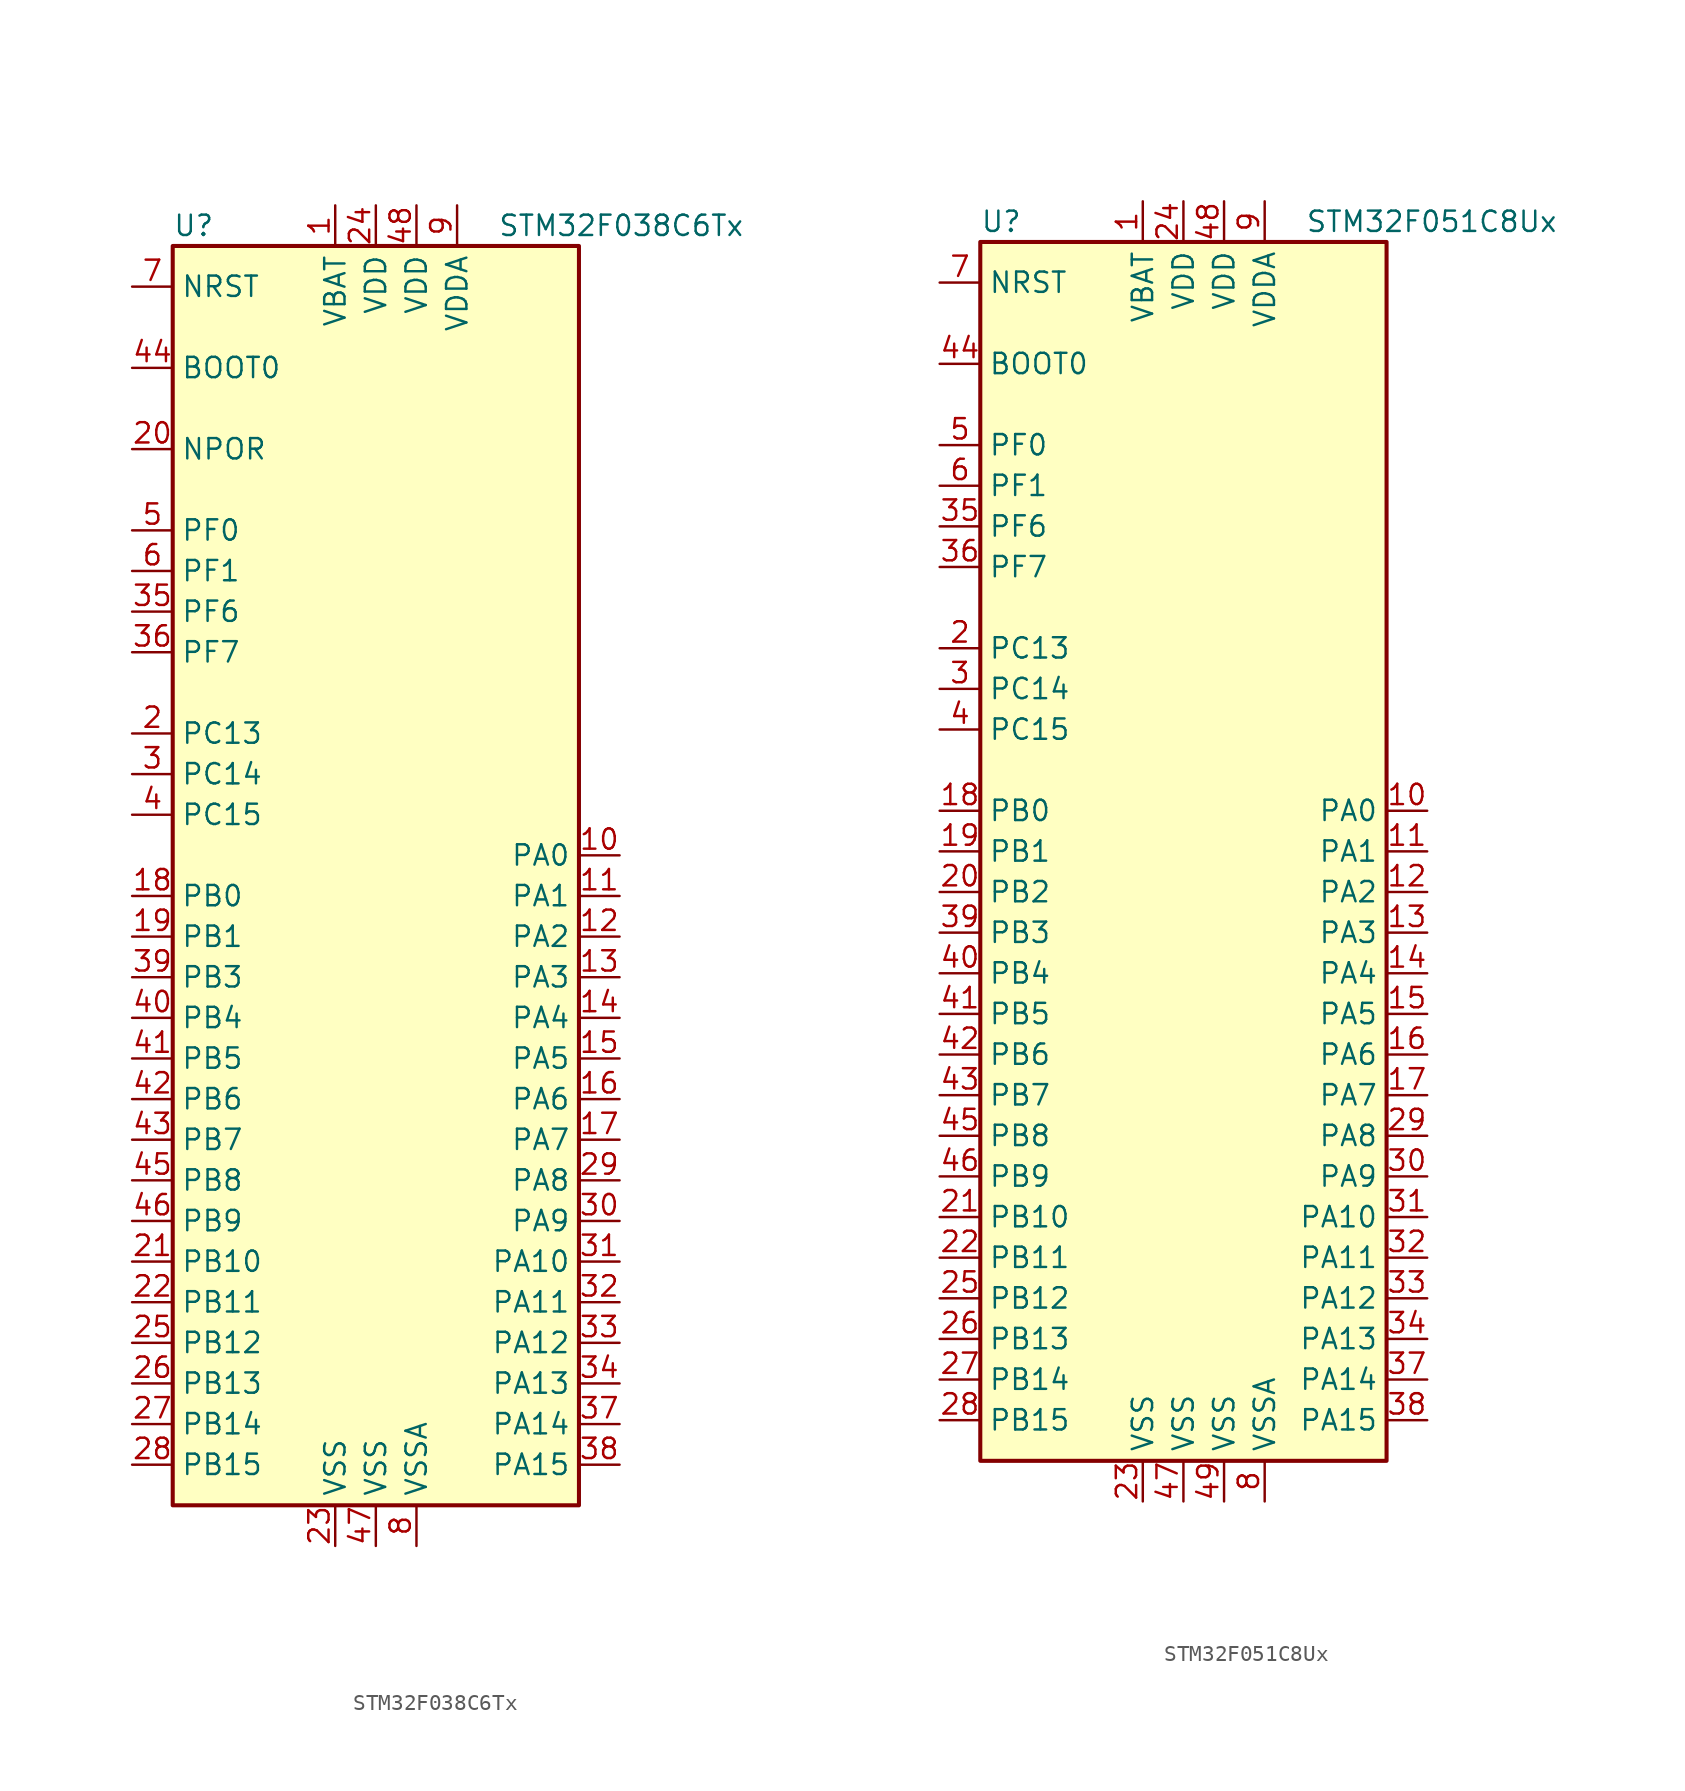
<source format=kicad_sym>
(kicad_symbol_lib
  (version 20201005)
  (generator kicad_symbol_editor)
  (symbol "STM32F038C6Tx"
    (property "Reference" "U"
      (at -12.7 39.37 0)
      (effects (font (size 1.27 1.27)) (justify left)))
    (property "Value" "STM32F038C6Tx"
      (at 7.62 39.37 0)
      (effects (font (size 1.27 1.27)) (justify left)))
    (symbol "STM32F038C6Tx_0_1"
      (rectangle (start -12.7 -40.64) (end 12.7 38.1) (stroke (width 0.254)) (fill (type background))))
    (symbol "STM32F038C6Tx_1_1"
      (pin input line (at -15.24 30.48 0) (length 2.54) (name "BOOT0" (effects (font (size 1.27 1.27)))) (number "44" (effects (font (size 1.27 1.27)))))
      (pin power_in line (at -15.24 25.4 0) (length 2.54) (name "NPOR" (effects (font (size 1.27 1.27)))) (number "20" (effects (font (size 1.27 1.27)))))
      (pin input line (at -15.24 35.56 0) (length 2.54) (name "NRST" (effects (font (size 1.27 1.27)))) (number "7" (effects (font (size 1.27 1.27)))))
      (pin bidirectional line (at 15.24 0 180) (length 2.54) (name "PA0" (effects (font (size 1.27 1.27)))) (number "10" (effects (font (size 1.27 1.27)))))
      (pin bidirectional line (at 15.24 -2.54 180) (length 2.54) (name "PA1" (effects (font (size 1.27 1.27)))) (number "11" (effects (font (size 1.27 1.27)))))
      (pin bidirectional line (at 15.24 -25.4 180) (length 2.54) (name "PA10" (effects (font (size 1.27 1.27)))) (number "31" (effects (font (size 1.27 1.27)))))
      (pin bidirectional line (at 15.24 -27.94 180) (length 2.54) (name "PA11" (effects (font (size 1.27 1.27)))) (number "32" (effects (font (size 1.27 1.27)))))
      (pin bidirectional line (at 15.24 -30.48 180) (length 2.54) (name "PA12" (effects (font (size 1.27 1.27)))) (number "33" (effects (font (size 1.27 1.27)))))
      (pin bidirectional line (at 15.24 -33.02 180) (length 2.54) (name "PA13" (effects (font (size 1.27 1.27)))) (number "34" (effects (font (size 1.27 1.27)))))
      (pin bidirectional line (at 15.24 -35.56 180) (length 2.54) (name "PA14" (effects (font (size 1.27 1.27)))) (number "37" (effects (font (size 1.27 1.27)))))
      (pin bidirectional line (at 15.24 -38.1 180) (length 2.54) (name "PA15" (effects (font (size 1.27 1.27)))) (number "38" (effects (font (size 1.27 1.27)))))
      (pin bidirectional line (at 15.24 -5.08 180) (length 2.54) (name "PA2" (effects (font (size 1.27 1.27)))) (number "12" (effects (font (size 1.27 1.27)))))
      (pin bidirectional line (at 15.24 -7.62 180) (length 2.54) (name "PA3" (effects (font (size 1.27 1.27)))) (number "13" (effects (font (size 1.27 1.27)))))
      (pin bidirectional line (at 15.24 -10.16 180) (length 2.54) (name "PA4" (effects (font (size 1.27 1.27)))) (number "14" (effects (font (size 1.27 1.27)))))
      (pin bidirectional line (at 15.24 -12.7 180) (length 2.54) (name "PA5" (effects (font (size 1.27 1.27)))) (number "15" (effects (font (size 1.27 1.27)))))
      (pin bidirectional line (at 15.24 -15.24 180) (length 2.54) (name "PA6" (effects (font (size 1.27 1.27)))) (number "16" (effects (font (size 1.27 1.27)))))
      (pin bidirectional line (at 15.24 -17.78 180) (length 2.54) (name "PA7" (effects (font (size 1.27 1.27)))) (number "17" (effects (font (size 1.27 1.27)))))
      (pin bidirectional line (at 15.24 -20.32 180) (length 2.54) (name "PA8" (effects (font (size 1.27 1.27)))) (number "29" (effects (font (size 1.27 1.27)))))
      (pin bidirectional line (at 15.24 -22.86 180) (length 2.54) (name "PA9" (effects (font (size 1.27 1.27)))) (number "30" (effects (font (size 1.27 1.27)))))
      (pin bidirectional line (at -15.24 -2.54 0) (length 2.54) (name "PB0" (effects (font (size 1.27 1.27)))) (number "18" (effects (font (size 1.27 1.27)))))
      (pin bidirectional line (at -15.24 -5.08 0) (length 2.54) (name "PB1" (effects (font (size 1.27 1.27)))) (number "19" (effects (font (size 1.27 1.27)))))
      (pin bidirectional line (at -15.24 -25.4 0) (length 2.54) (name "PB10" (effects (font (size 1.27 1.27)))) (number "21" (effects (font (size 1.27 1.27)))))
      (pin bidirectional line (at -15.24 -27.94 0) (length 2.54) (name "PB11" (effects (font (size 1.27 1.27)))) (number "22" (effects (font (size 1.27 1.27)))))
      (pin bidirectional line (at -15.24 -30.48 0) (length 2.54) (name "PB12" (effects (font (size 1.27 1.27)))) (number "25" (effects (font (size 1.27 1.27)))))
      (pin bidirectional line (at -15.24 -33.02 0) (length 2.54) (name "PB13" (effects (font (size 1.27 1.27)))) (number "26" (effects (font (size 1.27 1.27)))))
      (pin bidirectional line (at -15.24 -35.56 0) (length 2.54) (name "PB14" (effects (font (size 1.27 1.27)))) (number "27" (effects (font (size 1.27 1.27)))))
      (pin bidirectional line (at -15.24 -38.1 0) (length 2.54) (name "PB15" (effects (font (size 1.27 1.27)))) (number "28" (effects (font (size 1.27 1.27)))))
      (pin bidirectional line (at -15.24 -7.62 0) (length 2.54) (name "PB3" (effects (font (size 1.27 1.27)))) (number "39" (effects (font (size 1.27 1.27)))))
      (pin bidirectional line (at -15.24 -10.16 0) (length 2.54) (name "PB4" (effects (font (size 1.27 1.27)))) (number "40" (effects (font (size 1.27 1.27)))))
      (pin bidirectional line (at -15.24 -12.7 0) (length 2.54) (name "PB5" (effects (font (size 1.27 1.27)))) (number "41" (effects (font (size 1.27 1.27)))))
      (pin bidirectional line (at -15.24 -15.24 0) (length 2.54) (name "PB6" (effects (font (size 1.27 1.27)))) (number "42" (effects (font (size 1.27 1.27)))))
      (pin bidirectional line (at -15.24 -17.78 0) (length 2.54) (name "PB7" (effects (font (size 1.27 1.27)))) (number "43" (effects (font (size 1.27 1.27)))))
      (pin bidirectional line (at -15.24 -20.32 0) (length 2.54) (name "PB8" (effects (font (size 1.27 1.27)))) (number "45" (effects (font (size 1.27 1.27)))))
      (pin bidirectional line (at -15.24 -22.86 0) (length 2.54) (name "PB9" (effects (font (size 1.27 1.27)))) (number "46" (effects (font (size 1.27 1.27)))))
      (pin bidirectional line (at -15.24 7.62 0) (length 2.54) (name "PC13" (effects (font (size 1.27 1.27)))) (number "2" (effects (font (size 1.27 1.27)))))
      (pin bidirectional line (at -15.24 5.08 0) (length 2.54) (name "PC14" (effects (font (size 1.27 1.27)))) (number "3" (effects (font (size 1.27 1.27)))))
      (pin bidirectional line (at -15.24 2.54 0) (length 2.54) (name "PC15" (effects (font (size 1.27 1.27)))) (number "4" (effects (font (size 1.27 1.27)))))
      (pin input line (at -15.24 20.32 0) (length 2.54) (name "PF0" (effects (font (size 1.27 1.27)))) (number "5" (effects (font (size 1.27 1.27)))))
      (pin input line (at -15.24 17.78 0) (length 2.54) (name "PF1" (effects (font (size 1.27 1.27)))) (number "6" (effects (font (size 1.27 1.27)))))
      (pin bidirectional line (at -15.24 15.24 0) (length 2.54) (name "PF6" (effects (font (size 1.27 1.27)))) (number "35" (effects (font (size 1.27 1.27)))))
      (pin bidirectional line (at -15.24 12.7 0) (length 2.54) (name "PF7" (effects (font (size 1.27 1.27)))) (number "36" (effects (font (size 1.27 1.27)))))
      (pin power_in line (at -2.54 40.64 270) (length 2.54) (name "VBAT" (effects (font (size 1.27 1.27)))) (number "1" (effects (font (size 1.27 1.27)))))
      (pin power_in line (at 0 40.64 270) (length 2.54) (name "VDD" (effects (font (size 1.27 1.27)))) (number "24" (effects (font (size 1.27 1.27)))))
      (pin power_in line (at 2.54 40.64 270) (length 2.54) (name "VDD" (effects (font (size 1.27 1.27)))) (number "48" (effects (font (size 1.27 1.27)))))
      (pin power_in line (at 5.08 40.64 270) (length 2.54) (name "VDDA" (effects (font (size 1.27 1.27)))) (number "9" (effects (font (size 1.27 1.27)))))
      (pin power_in line (at -2.54 -43.18 90) (length 2.54) (name "VSS" (effects (font (size 1.27 1.27)))) (number "23" (effects (font (size 1.27 1.27)))))
      (pin power_in line (at 0 -43.18 90) (length 2.54) (name "VSS" (effects (font (size 1.27 1.27)))) (number "47" (effects (font (size 1.27 1.27)))))
      (pin power_in line (at 2.54 -43.18 90) (length 2.54) (name "VSSA" (effects (font (size 1.27 1.27)))) (number "8" (effects (font (size 1.27 1.27)))))))
  (symbol "STM32F051C8Ux"
    (property "Reference" "U"
      (at -12.7 39.37 0)
      (effects (font (size 1.27 1.27)) (justify left)))
    (property "Value" "STM32F051C8Ux"
      (at 7.62 39.37 0)
      (effects (font (size 1.27 1.27)) (justify left)))
    (symbol "STM32F051C8Ux_0_1"
      (rectangle (start -12.7 -38.1) (end 12.7 38.1) (stroke (width 0.254)) (fill (type background))))
    (symbol "STM32F051C8Ux_1_1"
      (pin input line (at -15.24 30.48 0) (length 2.54) (name "BOOT0" (effects (font (size 1.27 1.27)))) (number "44" (effects (font (size 1.27 1.27)))))
      (pin input line (at -15.24 35.56 0) (length 2.54) (name "NRST" (effects (font (size 1.27 1.27)))) (number "7" (effects (font (size 1.27 1.27)))))
      (pin bidirectional line (at 15.24 2.54 180) (length 2.54) (name "PA0" (effects (font (size 1.27 1.27)))) (number "10" (effects (font (size 1.27 1.27)))))
      (pin bidirectional line (at 15.24 0 180) (length 2.54) (name "PA1" (effects (font (size 1.27 1.27)))) (number "11" (effects (font (size 1.27 1.27)))))
      (pin bidirectional line (at 15.24 -22.86 180) (length 2.54) (name "PA10" (effects (font (size 1.27 1.27)))) (number "31" (effects (font (size 1.27 1.27)))))
      (pin bidirectional line (at 15.24 -25.4 180) (length 2.54) (name "PA11" (effects (font (size 1.27 1.27)))) (number "32" (effects (font (size 1.27 1.27)))))
      (pin bidirectional line (at 15.24 -27.94 180) (length 2.54) (name "PA12" (effects (font (size 1.27 1.27)))) (number "33" (effects (font (size 1.27 1.27)))))
      (pin bidirectional line (at 15.24 -30.48 180) (length 2.54) (name "PA13" (effects (font (size 1.27 1.27)))) (number "34" (effects (font (size 1.27 1.27)))))
      (pin bidirectional line (at 15.24 -33.02 180) (length 2.54) (name "PA14" (effects (font (size 1.27 1.27)))) (number "37" (effects (font (size 1.27 1.27)))))
      (pin bidirectional line (at 15.24 -35.56 180) (length 2.54) (name "PA15" (effects (font (size 1.27 1.27)))) (number "38" (effects (font (size 1.27 1.27)))))
      (pin bidirectional line (at 15.24 -2.54 180) (length 2.54) (name "PA2" (effects (font (size 1.27 1.27)))) (number "12" (effects (font (size 1.27 1.27)))))
      (pin bidirectional line (at 15.24 -5.08 180) (length 2.54) (name "PA3" (effects (font (size 1.27 1.27)))) (number "13" (effects (font (size 1.27 1.27)))))
      (pin bidirectional line (at 15.24 -7.62 180) (length 2.54) (name "PA4" (effects (font (size 1.27 1.27)))) (number "14" (effects (font (size 1.27 1.27)))))
      (pin bidirectional line (at 15.24 -10.16 180) (length 2.54) (name "PA5" (effects (font (size 1.27 1.27)))) (number "15" (effects (font (size 1.27 1.27)))))
      (pin bidirectional line (at 15.24 -12.7 180) (length 2.54) (name "PA6" (effects (font (size 1.27 1.27)))) (number "16" (effects (font (size 1.27 1.27)))))
      (pin bidirectional line (at 15.24 -15.24 180) (length 2.54) (name "PA7" (effects (font (size 1.27 1.27)))) (number "17" (effects (font (size 1.27 1.27)))))
      (pin bidirectional line (at 15.24 -17.78 180) (length 2.54) (name "PA8" (effects (font (size 1.27 1.27)))) (number "29" (effects (font (size 1.27 1.27)))))
      (pin bidirectional line (at 15.24 -20.32 180) (length 2.54) (name "PA9" (effects (font (size 1.27 1.27)))) (number "30" (effects (font (size 1.27 1.27)))))
      (pin bidirectional line (at -15.24 2.54 0) (length 2.54) (name "PB0" (effects (font (size 1.27 1.27)))) (number "18" (effects (font (size 1.27 1.27)))))
      (pin bidirectional line (at -15.24 0 0) (length 2.54) (name "PB1" (effects (font (size 1.27 1.27)))) (number "19" (effects (font (size 1.27 1.27)))))
      (pin bidirectional line (at -15.24 -22.86 0) (length 2.54) (name "PB10" (effects (font (size 1.27 1.27)))) (number "21" (effects (font (size 1.27 1.27)))))
      (pin bidirectional line (at -15.24 -25.4 0) (length 2.54) (name "PB11" (effects (font (size 1.27 1.27)))) (number "22" (effects (font (size 1.27 1.27)))))
      (pin bidirectional line (at -15.24 -27.94 0) (length 2.54) (name "PB12" (effects (font (size 1.27 1.27)))) (number "25" (effects (font (size 1.27 1.27)))))
      (pin bidirectional line (at -15.24 -30.48 0) (length 2.54) (name "PB13" (effects (font (size 1.27 1.27)))) (number "26" (effects (font (size 1.27 1.27)))))
      (pin bidirectional line (at -15.24 -33.02 0) (length 2.54) (name "PB14" (effects (font (size 1.27 1.27)))) (number "27" (effects (font (size 1.27 1.27)))))
      (pin bidirectional line (at -15.24 -35.56 0) (length 2.54) (name "PB15" (effects (font (size 1.27 1.27)))) (number "28" (effects (font (size 1.27 1.27)))))
      (pin bidirectional line (at -15.24 -2.54 0) (length 2.54) (name "PB2" (effects (font (size 1.27 1.27)))) (number "20" (effects (font (size 1.27 1.27)))))
      (pin bidirectional line (at -15.24 -5.08 0) (length 2.54) (name "PB3" (effects (font (size 1.27 1.27)))) (number "39" (effects (font (size 1.27 1.27)))))
      (pin bidirectional line (at -15.24 -7.62 0) (length 2.54) (name "PB4" (effects (font (size 1.27 1.27)))) (number "40" (effects (font (size 1.27 1.27)))))
      (pin bidirectional line (at -15.24 -10.16 0) (length 2.54) (name "PB5" (effects (font (size 1.27 1.27)))) (number "41" (effects (font (size 1.27 1.27)))))
      (pin bidirectional line (at -15.24 -12.7 0) (length 2.54) (name "PB6" (effects (font (size 1.27 1.27)))) (number "42" (effects (font (size 1.27 1.27)))))
      (pin bidirectional line (at -15.24 -15.24 0) (length 2.54) (name "PB7" (effects (font (size 1.27 1.27)))) (number "43" (effects (font (size 1.27 1.27)))))
      (pin bidirectional line (at -15.24 -17.78 0) (length 2.54) (name "PB8" (effects (font (size 1.27 1.27)))) (number "45" (effects (font (size 1.27 1.27)))))
      (pin bidirectional line (at -15.24 -20.32 0) (length 2.54) (name "PB9" (effects (font (size 1.27 1.27)))) (number "46" (effects (font (size 1.27 1.27)))))
      (pin bidirectional line (at -15.24 12.7 0) (length 2.54) (name "PC13" (effects (font (size 1.27 1.27)))) (number "2" (effects (font (size 1.27 1.27)))))
      (pin bidirectional line (at -15.24 10.16 0) (length 2.54) (name "PC14" (effects (font (size 1.27 1.27)))) (number "3" (effects (font (size 1.27 1.27)))))
      (pin bidirectional line (at -15.24 7.62 0) (length 2.54) (name "PC15" (effects (font (size 1.27 1.27)))) (number "4" (effects (font (size 1.27 1.27)))))
      (pin input line (at -15.24 25.4 0) (length 2.54) (name "PF0" (effects (font (size 1.27 1.27)))) (number "5" (effects (font (size 1.27 1.27)))))
      (pin input line (at -15.24 22.86 0) (length 2.54) (name "PF1" (effects (font (size 1.27 1.27)))) (number "6" (effects (font (size 1.27 1.27)))))
      (pin bidirectional line (at -15.24 20.32 0) (length 2.54) (name "PF6" (effects (font (size 1.27 1.27)))) (number "35" (effects (font (size 1.27 1.27)))))
      (pin bidirectional line (at -15.24 17.78 0) (length 2.54) (name "PF7" (effects (font (size 1.27 1.27)))) (number "36" (effects (font (size 1.27 1.27)))))
      (pin power_in line (at -2.54 40.64 270) (length 2.54) (name "VBAT" (effects (font (size 1.27 1.27)))) (number "1" (effects (font (size 1.27 1.27)))))
      (pin power_in line (at 0 40.64 270) (length 2.54) (name "VDD" (effects (font (size 1.27 1.27)))) (number "24" (effects (font (size 1.27 1.27)))))
      (pin power_in line (at 2.54 40.64 270) (length 2.54) (name "VDD" (effects (font (size 1.27 1.27)))) (number "48" (effects (font (size 1.27 1.27)))))
      (pin power_in line (at 5.08 40.64 270) (length 2.54) (name "VDDA" (effects (font (size 1.27 1.27)))) (number "9" (effects (font (size 1.27 1.27)))))
      (pin power_in line (at -2.54 -40.64 90) (length 2.54) (name "VSS" (effects (font (size 1.27 1.27)))) (number "23" (effects (font (size 1.27 1.27)))))
      (pin power_in line (at 0 -40.64 90) (length 2.54) (name "VSS" (effects (font (size 1.27 1.27)))) (number "47" (effects (font (size 1.27 1.27)))))
      (pin power_in line (at 2.54 -40.64 90) (length 2.54) (name "VSS" (effects (font (size 1.27 1.27)))) (number "49" (effects (font (size 1.27 1.27)))))
      (pin power_in line (at 5.08 -40.64 90) (length 2.54) (name "VSSA" (effects (font (size 1.27 1.27)))) (number "8" (effects (font (size 1.27 1.27))))))))
</source>
